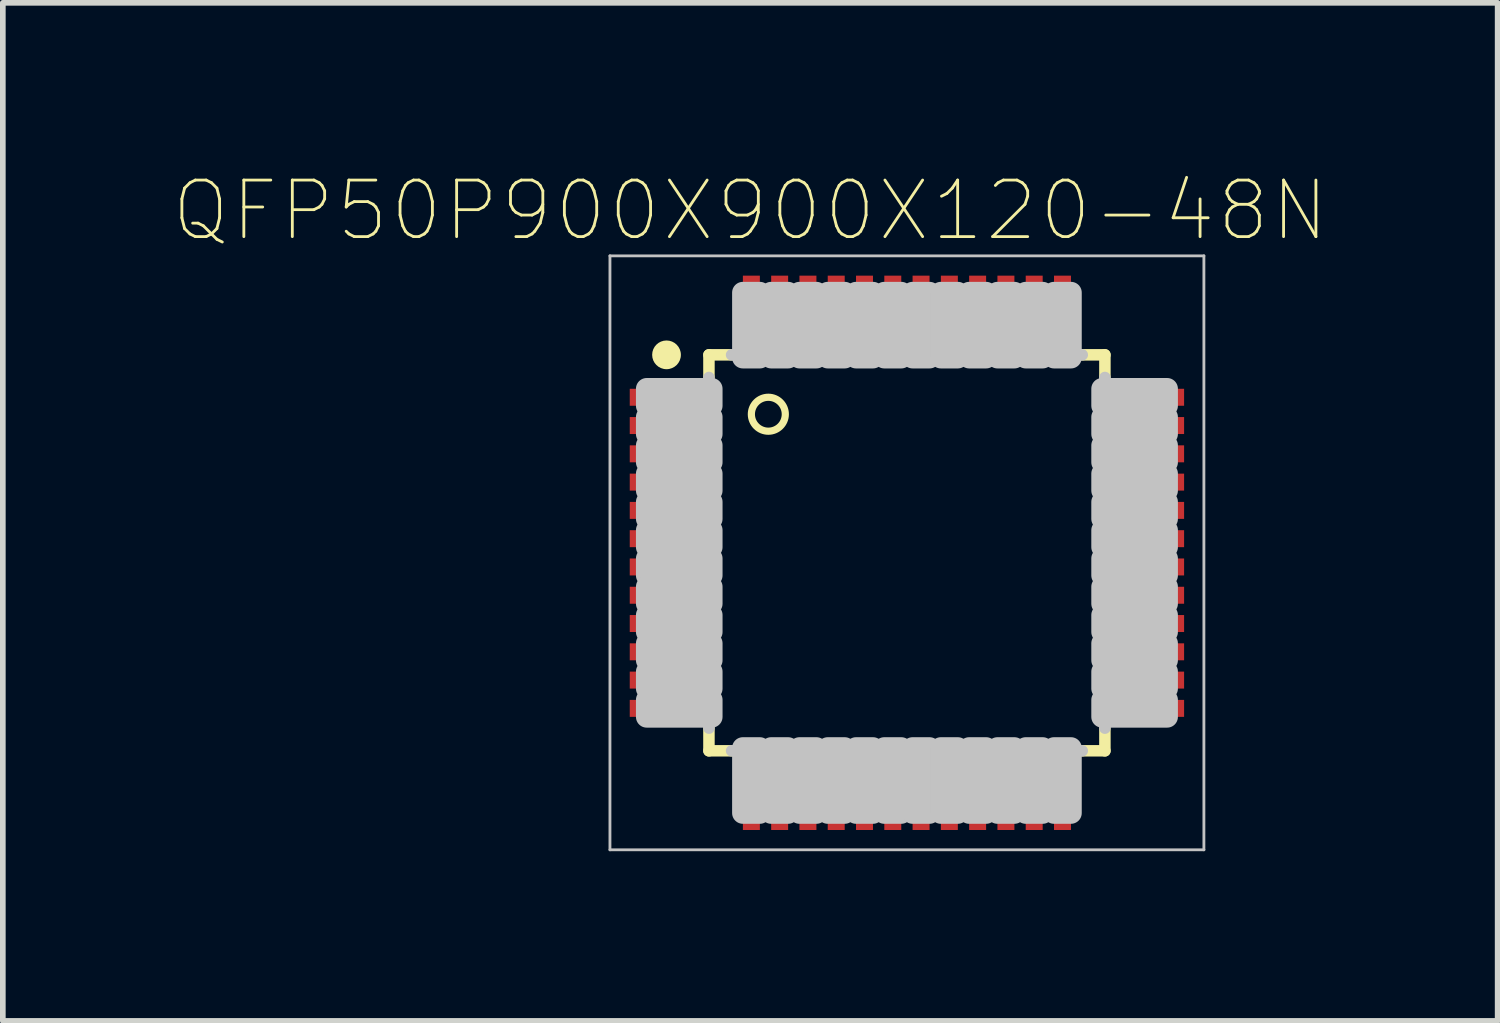
<source format=kicad_pcb>
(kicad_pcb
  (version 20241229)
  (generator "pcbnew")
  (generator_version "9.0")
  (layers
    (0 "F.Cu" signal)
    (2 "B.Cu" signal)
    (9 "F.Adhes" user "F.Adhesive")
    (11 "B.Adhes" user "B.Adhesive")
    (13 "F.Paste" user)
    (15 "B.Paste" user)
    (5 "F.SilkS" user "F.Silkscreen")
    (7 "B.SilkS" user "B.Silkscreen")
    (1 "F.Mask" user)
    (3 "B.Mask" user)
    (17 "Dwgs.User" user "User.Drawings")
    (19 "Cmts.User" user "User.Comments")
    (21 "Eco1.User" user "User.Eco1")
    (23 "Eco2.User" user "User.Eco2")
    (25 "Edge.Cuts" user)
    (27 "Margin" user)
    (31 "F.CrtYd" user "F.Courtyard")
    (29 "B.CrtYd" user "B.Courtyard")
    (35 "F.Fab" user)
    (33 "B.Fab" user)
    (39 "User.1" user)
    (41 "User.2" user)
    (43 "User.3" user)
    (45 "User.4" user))
  (footprint "QFP50P900X900X120-48N"
    (layer "F.Cu")
    (at 12.983 6.723)
    (property "Reference" "QFP50P900X900X120-48N" (at -2.77 -6.05 0) (layer "F.SilkS") (effects (font (size 1 1) (thickness 0.05))))
    (attr smd)
    (fp_line (start -3.5 -3.5) (end -3.5 -3.1) (stroke (width 0.203) (type solid)) (layer "F.SilkS"))
    (fp_line (start -3.5 3.1) (end -3.5 3.5) (stroke (width 0.203) (type solid)) (layer "F.SilkS"))
    (fp_line (start -3.5 3.5) (end -3.1 3.5) (stroke (width 0.203) (type solid)) (layer "F.SilkS"))
    (fp_line (start -3.1 -3.5) (end -3.5 -3.5) (stroke (width 0.203) (type solid)) (layer "F.SilkS"))
    (fp_line (start 3.1 3.5) (end 3.5 3.5) (stroke (width 0.203) (type solid)) (layer "F.SilkS"))
    (fp_line (start 3.5 -3.5) (end 3.1 -3.5) (stroke (width 0.203) (type solid)) (layer "F.SilkS"))
    (fp_line (start 3.5 -3.1) (end 3.5 -3.5) (stroke (width 0.203) (type solid)) (layer "F.SilkS"))
    (fp_line (start 3.5 3.5) (end 3.5 3.1) (stroke (width 0.203) (type solid)) (layer "F.SilkS"))
    (fp_circle (center -4.25 -3.5) (end -3.996 -3.5) (stroke (width 0) (type solid)) (fill yes) (layer "F.SilkS"))
    (fp_circle (center -2.45 -2.45) (end -2.15 -2.45) (stroke (width 0.127) (type solid)) (fill no) (layer "F.SilkS"))
    (fp_line (start -5.25 -5.25) (end 5.25 -5.25) (stroke (width 0.05) (type solid)) (layer "Dwgs.User"))
    (fp_line (start -5.25 5.25) (end -5.25 -5.25) (stroke (width 0.05) (type solid)) (layer "Dwgs.User"))
    (fp_line (start -3.5 -3.1) (end -3.5 3.1) (stroke (width 0.203) (type solid)) (layer "Dwgs.User"))
    (fp_line (start -3.1 3.5) (end 3.1 3.5) (stroke (width 0.203) (type solid)) (layer "Dwgs.User"))
    (fp_line (start 3.1 -3.5) (end -3.1 -3.5) (stroke (width 0.203) (type solid)) (layer "Dwgs.User"))
    (fp_line (start 3.5 3.1) (end 3.5 -3.1) (stroke (width 0.203) (type solid)) (layer "Dwgs.User"))
    (fp_line (start 5.25 -5.25) (end 5.25 5.25) (stroke (width 0.05) (type solid)) (layer "Dwgs.User"))
    (fp_line (start 5.25 5.25) (end -5.25 5.25) (stroke (width 0.05) (type solid)) (layer "Dwgs.User"))
    (fp_poly (pts (xy -3.45 -2.9) (xy -3.45 -2.6) (xy -4.6 -2.6) (xy -4.6 -2.9)) (stroke (width 0.381) (type solid)) (fill no) (layer "Dwgs.User"))
    (fp_poly (pts (xy -3.45 -2.4) (xy -3.45 -2.1) (xy -4.6 -2.1) (xy -4.6 -2.4)) (stroke (width 0.381) (type solid)) (fill no) (layer "Dwgs.User"))
    (fp_poly (pts (xy -3.45 -1.9) (xy -3.45 -1.6) (xy -4.6 -1.6) (xy -4.6 -1.9)) (stroke (width 0.381) (type solid)) (fill no) (layer "Dwgs.User"))
    (fp_poly (pts (xy -3.45 -1.4) (xy -3.45 -1.1) (xy -4.6 -1.1) (xy -4.6 -1.4)) (stroke (width 0.381) (type solid)) (fill no) (layer "Dwgs.User"))
    (fp_poly (pts (xy -3.45 -0.9) (xy -3.45 -0.6) (xy -4.6 -0.6) (xy -4.6 -0.9)) (stroke (width 0.381) (type solid)) (fill no) (layer "Dwgs.User"))
    (fp_poly (pts (xy -3.45 -0.4) (xy -3.45 -0.1) (xy -4.6 -0.1) (xy -4.6 -0.4)) (stroke (width 0.381) (type solid)) (fill no) (layer "Dwgs.User"))
    (fp_poly (pts (xy -3.45 0.1) (xy -3.45 0.4) (xy -4.6 0.4) (xy -4.6 0.1)) (stroke (width 0.381) (type solid)) (fill no) (layer "Dwgs.User"))
    (fp_poly (pts (xy -3.45 0.6) (xy -3.45 0.9) (xy -4.6 0.9) (xy -4.6 0.6)) (stroke (width 0.381) (type solid)) (fill no) (layer "Dwgs.User"))
    (fp_poly (pts (xy -3.45 1.1) (xy -3.45 1.4) (xy -4.6 1.4) (xy -4.6 1.1)) (stroke (width 0.381) (type solid)) (fill no) (layer "Dwgs.User"))
    (fp_poly (pts (xy -3.45 1.6) (xy -3.45 1.9) (xy -4.6 1.9) (xy -4.6 1.6)) (stroke (width 0.381) (type solid)) (fill no) (layer "Dwgs.User"))
    (fp_poly (pts (xy -3.45 2.1) (xy -3.45 2.4) (xy -4.6 2.4) (xy -4.6 2.1)) (stroke (width 0.381) (type solid)) (fill no) (layer "Dwgs.User"))
    (fp_poly (pts (xy -3.45 2.6) (xy -3.45 2.9) (xy -4.6 2.9) (xy -4.6 2.6)) (stroke (width 0.381) (type solid)) (fill no) (layer "Dwgs.User"))
    (fp_poly (pts (xy -2.6 -4.6) (xy -2.6 -3.45) (xy -2.9 -3.45) (xy -2.9 -4.6)) (stroke (width 0.381) (type solid)) (fill no) (layer "Dwgs.User"))
    (fp_poly (pts (xy -2.6 3.45) (xy -2.6 4.6) (xy -2.9 4.6) (xy -2.9 3.45)) (stroke (width 0.381) (type solid)) (fill no) (layer "Dwgs.User"))
    (fp_poly (pts (xy -2.1 -4.6) (xy -2.1 -3.45) (xy -2.4 -3.45) (xy -2.4 -4.6)) (stroke (width 0.381) (type solid)) (fill no) (layer "Dwgs.User"))
    (fp_poly (pts (xy -2.1 3.45) (xy -2.1 4.6) (xy -2.4 4.6) (xy -2.4 3.45)) (stroke (width 0.381) (type solid)) (fill no) (layer "Dwgs.User"))
    (fp_poly (pts (xy -1.6 -4.6) (xy -1.6 -3.45) (xy -1.9 -3.45) (xy -1.9 -4.6)) (stroke (width 0.381) (type solid)) (fill no) (layer "Dwgs.User"))
    (fp_poly (pts (xy -1.6 3.45) (xy -1.6 4.6) (xy -1.9 4.6) (xy -1.9 3.45)) (stroke (width 0.381) (type solid)) (fill no) (layer "Dwgs.User"))
    (fp_poly (pts (xy -1.1 -4.6) (xy -1.1 -3.45) (xy -1.4 -3.45) (xy -1.4 -4.6)) (stroke (width 0.381) (type solid)) (fill no) (layer "Dwgs.User"))
    (fp_poly (pts (xy -1.1 3.45) (xy -1.1 4.6) (xy -1.4 4.6) (xy -1.4 3.45)) (stroke (width 0.381) (type solid)) (fill no) (layer "Dwgs.User"))
    (fp_poly (pts (xy -0.6 -4.6) (xy -0.6 -3.45) (xy -0.9 -3.45) (xy -0.9 -4.6)) (stroke (width 0.381) (type solid)) (fill no) (layer "Dwgs.User"))
    (fp_poly (pts (xy -0.6 3.45) (xy -0.6 4.6) (xy -0.9 4.6) (xy -0.9 3.45)) (stroke (width 0.381) (type solid)) (fill no) (layer "Dwgs.User"))
    (fp_poly (pts (xy -0.1 -4.6) (xy -0.1 -3.45) (xy -0.4 -3.45) (xy -0.4 -4.6)) (stroke (width 0.381) (type solid)) (fill no) (layer "Dwgs.User"))
    (fp_poly (pts (xy -0.1 3.45) (xy -0.1 4.6) (xy -0.4 4.6) (xy -0.4 3.45)) (stroke (width 0.381) (type solid)) (fill no) (layer "Dwgs.User"))
    (fp_poly (pts (xy 0.4 -4.6) (xy 0.4 -3.45) (xy 0.1 -3.45) (xy 0.1 -4.6)) (stroke (width 0.381) (type solid)) (fill no) (layer "Dwgs.User"))
    (fp_poly (pts (xy 0.4 3.45) (xy 0.4 4.6) (xy 0.1 4.6) (xy 0.1 3.45)) (stroke (width 0.381) (type solid)) (fill no) (layer "Dwgs.User"))
    (fp_poly (pts (xy 0.9 -4.6) (xy 0.9 -3.45) (xy 0.6 -3.45) (xy 0.6 -4.6)) (stroke (width 0.381) (type solid)) (fill no) (layer "Dwgs.User"))
    (fp_poly (pts (xy 0.9 3.45) (xy 0.9 4.6) (xy 0.6 4.6) (xy 0.6 3.45)) (stroke (width 0.381) (type solid)) (fill no) (layer "Dwgs.User"))
    (fp_poly (pts (xy 1.4 -4.6) (xy 1.4 -3.45) (xy 1.1 -3.45) (xy 1.1 -4.6)) (stroke (width 0.381) (type solid)) (fill no) (layer "Dwgs.User"))
    (fp_poly (pts (xy 1.4 3.45) (xy 1.4 4.6) (xy 1.1 4.6) (xy 1.1 3.45)) (stroke (width 0.381) (type solid)) (fill no) (layer "Dwgs.User"))
    (fp_poly (pts (xy 1.9 -4.6) (xy 1.9 -3.45) (xy 1.6 -3.45) (xy 1.6 -4.6)) (stroke (width 0.381) (type solid)) (fill no) (layer "Dwgs.User"))
    (fp_poly (pts (xy 1.9 3.45) (xy 1.9 4.6) (xy 1.6 4.6) (xy 1.6 3.45)) (stroke (width 0.381) (type solid)) (fill no) (layer "Dwgs.User"))
    (fp_poly (pts (xy 2.4 -4.6) (xy 2.4 -3.45) (xy 2.1 -3.45) (xy 2.1 -4.6)) (stroke (width 0.381) (type solid)) (fill no) (layer "Dwgs.User"))
    (fp_poly (pts (xy 2.4 3.45) (xy 2.4 4.6) (xy 2.1 4.6) (xy 2.1 3.45)) (stroke (width 0.381) (type solid)) (fill no) (layer "Dwgs.User"))
    (fp_poly (pts (xy 2.9 -4.6) (xy 2.9 -3.45) (xy 2.6 -3.45) (xy 2.6 -4.6)) (stroke (width 0.381) (type solid)) (fill no) (layer "Dwgs.User"))
    (fp_poly (pts (xy 2.9 3.45) (xy 2.9 4.6) (xy 2.6 4.6) (xy 2.6 3.45)) (stroke (width 0.381) (type solid)) (fill no) (layer "Dwgs.User"))
    (fp_poly (pts (xy 4.6 -2.9) (xy 4.6 -2.6) (xy 3.45 -2.6) (xy 3.45 -2.9)) (stroke (width 0.381) (type solid)) (fill no) (layer "Dwgs.User"))
    (fp_poly (pts (xy 4.6 -2.4) (xy 4.6 -2.1) (xy 3.45 -2.1) (xy 3.45 -2.4)) (stroke (width 0.381) (type solid)) (fill no) (layer "Dwgs.User"))
    (fp_poly (pts (xy 4.6 -1.9) (xy 4.6 -1.6) (xy 3.45 -1.6) (xy 3.45 -1.9)) (stroke (width 0.381) (type solid)) (fill no) (layer "Dwgs.User"))
    (fp_poly (pts (xy 4.6 -1.4) (xy 4.6 -1.1) (xy 3.45 -1.1) (xy 3.45 -1.4)) (stroke (width 0.381) (type solid)) (fill no) (layer "Dwgs.User"))
    (fp_poly (pts (xy 4.6 -0.9) (xy 4.6 -0.6) (xy 3.45 -0.6) (xy 3.45 -0.9)) (stroke (width 0.381) (type solid)) (fill no) (layer "Dwgs.User"))
    (fp_poly (pts (xy 4.6 -0.4) (xy 4.6 -0.1) (xy 3.45 -0.1) (xy 3.45 -0.4)) (stroke (width 0.381) (type solid)) (fill no) (layer "Dwgs.User"))
    (fp_poly (pts (xy 4.6 0.1) (xy 4.6 0.4) (xy 3.45 0.4) (xy 3.45 0.1)) (stroke (width 0.381) (type solid)) (fill no) (layer "Dwgs.User"))
    (fp_poly (pts (xy 4.6 0.6) (xy 4.6 0.9) (xy 3.45 0.9) (xy 3.45 0.6)) (stroke (width 0.381) (type solid)) (fill no) (layer "Dwgs.User"))
    (fp_poly (pts (xy 4.6 1.1) (xy 4.6 1.4) (xy 3.45 1.4) (xy 3.45 1.1)) (stroke (width 0.381) (type solid)) (fill no) (layer "Dwgs.User"))
    (fp_poly (pts (xy 4.6 1.6) (xy 4.6 1.9) (xy 3.45 1.9) (xy 3.45 1.6)) (stroke (width 0.381) (type solid)) (fill no) (layer "Dwgs.User"))
    (fp_poly (pts (xy 4.6 2.1) (xy 4.6 2.4) (xy 3.45 2.4) (xy 3.45 2.1)) (stroke (width 0.381) (type solid)) (fill no) (layer "Dwgs.User"))
    (fp_poly (pts (xy 4.6 2.6) (xy 4.6 2.9) (xy 3.45 2.9) (xy 3.45 2.6)) (stroke (width 0.381) (type solid)) (fill no) (layer "Dwgs.User"))
    (pad "1" smd rect (at -4.1 -2.75 270) (size 0.3 1.6) (layers "F.Cu" "F.Mask" "F.Paste"))
    (pad "2" smd rect (at -4.1 -2.25 270) (size 0.3 1.6) (layers "F.Cu" "F.Mask" "F.Paste"))
    (pad "3" smd rect (at -4.1 -1.75 270) (size 0.3 1.6) (layers "F.Cu" "F.Mask" "F.Paste"))
    (pad "4" smd rect (at -4.1 -1.25 270) (size 0.3 1.6) (layers "F.Cu" "F.Mask" "F.Paste"))
    (pad "5" smd rect (at -4.1 -0.75 270) (size 0.3 1.6) (layers "F.Cu" "F.Mask" "F.Paste"))
    (pad "6" smd rect (at -4.1 -0.25 270) (size 0.3 1.6) (layers "F.Cu" "F.Mask" "F.Paste"))
    (pad "7" smd rect (at -4.1 0.25 270) (size 0.3 1.6) (layers "F.Cu" "F.Mask" "F.Paste"))
    (pad "8" smd rect (at -4.1 0.75 270) (size 0.3 1.6) (layers "F.Cu" "F.Mask" "F.Paste"))
    (pad "9" smd rect (at -4.1 1.25 270) (size 0.3 1.6) (layers "F.Cu" "F.Mask" "F.Paste"))
    (pad "10" smd rect (at -4.1 1.75 270) (size 0.3 1.6) (layers "F.Cu" "F.Mask" "F.Paste"))
    (pad "11" smd rect (at -4.1 2.25 270) (size 0.3 1.6) (layers "F.Cu" "F.Mask" "F.Paste"))
    (pad "12" smd rect (at -4.1 2.75 270) (size 0.3 1.6) (layers "F.Cu" "F.Mask" "F.Paste"))
    (pad "13" smd rect (at -2.75 4.1 270) (size 1.6 0.3) (layers "F.Cu" "F.Mask" "F.Paste"))
    (pad "14" smd rect (at -2.25 4.1 270) (size 1.6 0.3) (layers "F.Cu" "F.Mask" "F.Paste"))
    (pad "15" smd rect (at -1.75 4.1 270) (size 1.6 0.3) (layers "F.Cu" "F.Mask" "F.Paste"))
    (pad "16" smd rect (at -1.25 4.1 270) (size 1.6 0.3) (layers "F.Cu" "F.Mask" "F.Paste"))
    (pad "17" smd rect (at -0.75 4.1 270) (size 1.6 0.3) (layers "F.Cu" "F.Mask" "F.Paste"))
    (pad "18" smd rect (at -0.25 4.1 270) (size 1.6 0.3) (layers "F.Cu" "F.Mask" "F.Paste"))
    (pad "19" smd rect (at 0.25 4.1 270) (size 1.6 0.3) (layers "F.Cu" "F.Mask" "F.Paste"))
    (pad "20" smd rect (at 0.75 4.1 270) (size 1.6 0.3) (layers "F.Cu" "F.Mask" "F.Paste"))
    (pad "21" smd rect (at 1.25 4.1 270) (size 1.6 0.3) (layers "F.Cu" "F.Mask" "F.Paste"))
    (pad "22" smd rect (at 1.75 4.1 270) (size 1.6 0.3) (layers "F.Cu" "F.Mask" "F.Paste"))
    (pad "23" smd rect (at 2.25 4.1 270) (size 1.6 0.3) (layers "F.Cu" "F.Mask" "F.Paste"))
    (pad "24" smd rect (at 2.75 4.1 270) (size 1.6 0.3) (layers "F.Cu" "F.Mask" "F.Paste"))
    (pad "25" smd rect (at 4.1 2.75 270) (size 0.3 1.6) (layers "F.Cu" "F.Mask" "F.Paste"))
    (pad "26" smd rect (at 4.1 2.25 270) (size 0.3 1.6) (layers "F.Cu" "F.Mask" "F.Paste"))
    (pad "27" smd rect (at 4.1 1.75 270) (size 0.3 1.6) (layers "F.Cu" "F.Mask" "F.Paste"))
    (pad "28" smd rect (at 4.1 1.25 270) (size 0.3 1.6) (layers "F.Cu" "F.Mask" "F.Paste"))
    (pad "29" smd rect (at 4.1 0.75 270) (size 0.3 1.6) (layers "F.Cu" "F.Mask" "F.Paste"))
    (pad "30" smd rect (at 4.1 0.25 270) (size 0.3 1.6) (layers "F.Cu" "F.Mask" "F.Paste"))
    (pad "31" smd rect (at 4.1 -0.25 270) (size 0.3 1.6) (layers "F.Cu" "F.Mask" "F.Paste"))
    (pad "32" smd rect (at 4.1 -0.75 270) (size 0.3 1.6) (layers "F.Cu" "F.Mask" "F.Paste"))
    (pad "33" smd rect (at 4.1 -1.25 270) (size 0.3 1.6) (layers "F.Cu" "F.Mask" "F.Paste"))
    (pad "34" smd rect (at 4.1 -1.75 270) (size 0.3 1.6) (layers "F.Cu" "F.Mask" "F.Paste"))
    (pad "35" smd rect (at 4.1 -2.25 270) (size 0.3 1.6) (layers "F.Cu" "F.Mask" "F.Paste"))
    (pad "36" smd rect (at 4.1 -2.75 270) (size 0.3 1.6) (layers "F.Cu" "F.Mask" "F.Paste"))
    (pad "37" smd rect (at 2.75 -4.1 270) (size 1.6 0.3) (layers "F.Cu" "F.Mask" "F.Paste"))
    (pad "38" smd rect (at 2.25 -4.1 270) (size 1.6 0.3) (layers "F.Cu" "F.Mask" "F.Paste"))
    (pad "39" smd rect (at 1.75 -4.1 270) (size 1.6 0.3) (layers "F.Cu" "F.Mask" "F.Paste"))
    (pad "40" smd rect (at 1.25 -4.1 270) (size 1.6 0.3) (layers "F.Cu" "F.Mask" "F.Paste"))
    (pad "41" smd rect (at 0.75 -4.1 270) (size 1.6 0.3) (layers "F.Cu" "F.Mask" "F.Paste"))
    (pad "42" smd rect (at 0.25 -4.1 270) (size 1.6 0.3) (layers "F.Cu" "F.Mask" "F.Paste"))
    (pad "43" smd rect (at -0.25 -4.1 270) (size 1.6 0.3) (layers "F.Cu" "F.Mask" "F.Paste"))
    (pad "44" smd rect (at -0.75 -4.1 270) (size 1.6 0.3) (layers "F.Cu" "F.Mask" "F.Paste"))
    (pad "45" smd rect (at -1.25 -4.1 270) (size 1.6 0.3) (layers "F.Cu" "F.Mask" "F.Paste"))
    (pad "46" smd rect (at -1.75 -4.1 270) (size 1.6 0.3) (layers "F.Cu" "F.Mask" "F.Paste"))
    (pad "47" smd rect (at -2.25 -4.1 270) (size 1.6 0.3) (layers "F.Cu" "F.Mask" "F.Paste"))
    (pad "48" smd rect (at -2.75 -4.1 270) (size 1.6 0.3) (layers "F.Cu" "F.Mask" "F.Paste")))
  (gr_rect
    (start -3 -3)
    (end 23.426 14.998)
    (stroke (width 0.1) (type default))
    (fill no)
    (layer "Edge.Cuts")))
</source>
